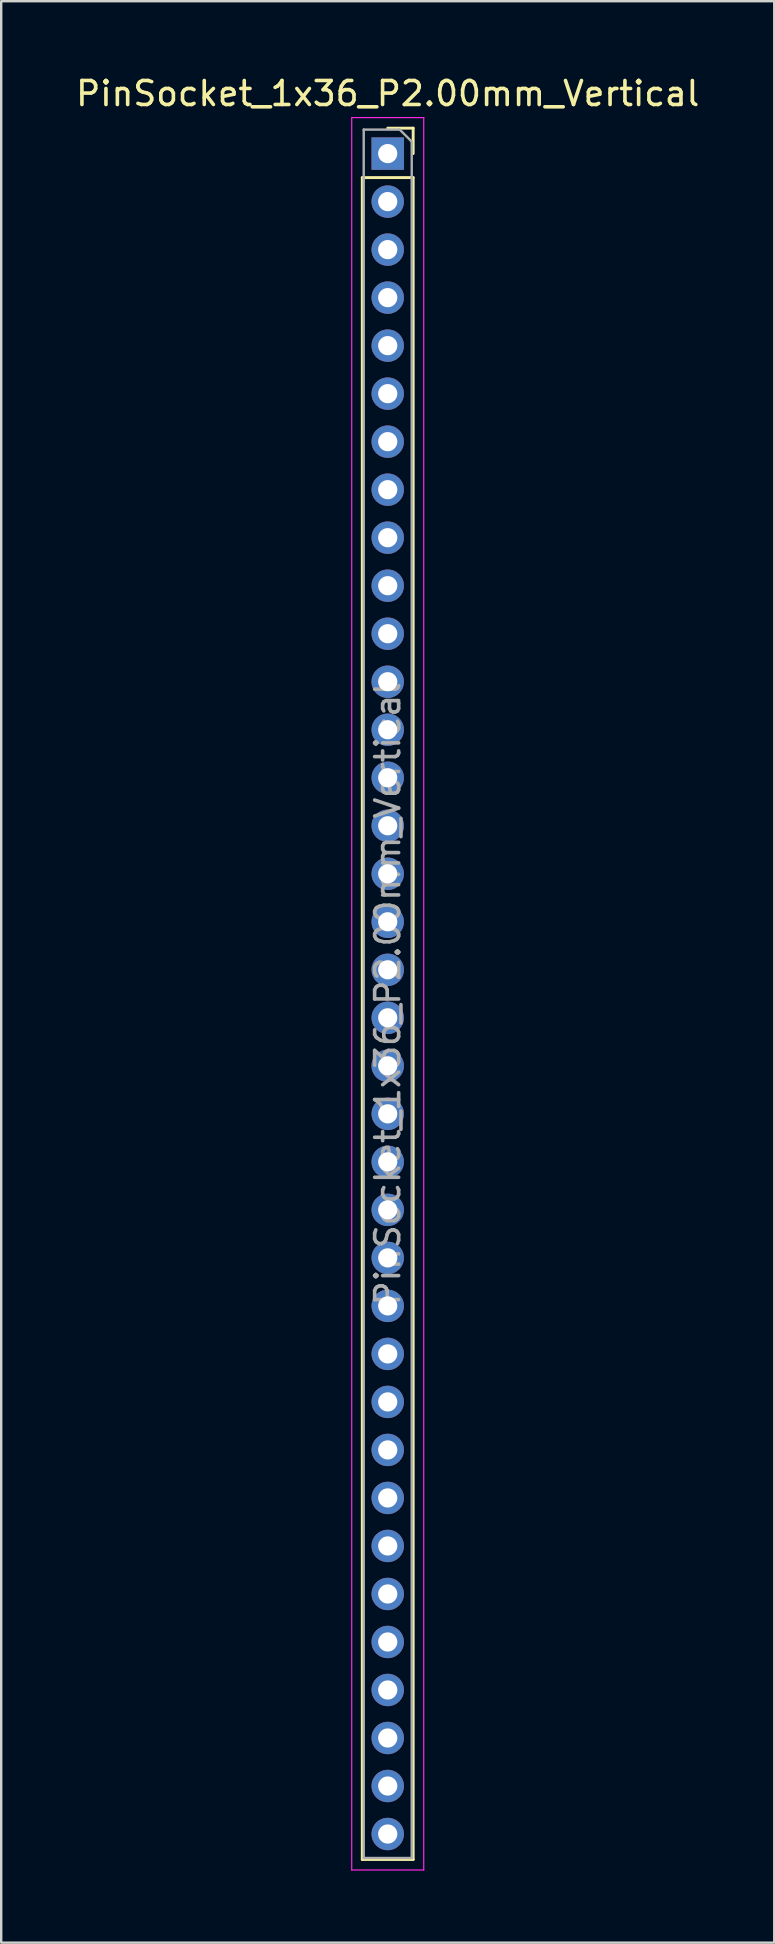
<source format=kicad_pcb>
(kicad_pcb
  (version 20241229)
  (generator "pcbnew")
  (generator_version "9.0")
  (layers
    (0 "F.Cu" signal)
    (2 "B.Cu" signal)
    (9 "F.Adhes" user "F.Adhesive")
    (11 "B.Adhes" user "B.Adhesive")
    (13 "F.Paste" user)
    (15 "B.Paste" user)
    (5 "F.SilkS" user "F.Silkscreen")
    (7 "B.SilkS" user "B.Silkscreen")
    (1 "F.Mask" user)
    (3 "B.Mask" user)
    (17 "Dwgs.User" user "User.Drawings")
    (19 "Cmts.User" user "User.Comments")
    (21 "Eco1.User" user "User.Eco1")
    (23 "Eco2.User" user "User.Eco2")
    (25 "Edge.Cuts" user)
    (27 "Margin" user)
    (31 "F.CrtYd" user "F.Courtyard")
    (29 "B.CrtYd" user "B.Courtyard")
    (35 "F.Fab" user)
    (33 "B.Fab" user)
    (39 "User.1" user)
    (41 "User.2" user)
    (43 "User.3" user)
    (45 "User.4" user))
  (footprint "PinSocket_1x36_P2.00mm_Vertical"
    (layer "F.Cu")
    (at 13.101 3.348)
    (property "Reference" "PinSocket_1x36_P2.00mm_Vertical" (at 0 -2.5 0) (layer "F.SilkS") (effects (font (size 1 1) (thickness 0.15))))
    (attr through_hole)
    (fp_line (start -1.06 1) (end -1.06 71.06) (stroke (width 0.12) (type solid)) (layer "F.SilkS"))
    (fp_line (start -1.06 1) (end 1.06 1) (stroke (width 0.12) (type solid)) (layer "F.SilkS"))
    (fp_line (start -1.06 71.06) (end 1.06 71.06) (stroke (width 0.12) (type solid)) (layer "F.SilkS"))
    (fp_line (start 0 -1.06) (end 1.06 -1.06) (stroke (width 0.12) (type solid)) (layer "F.SilkS"))
    (fp_line (start 1.06 -1.06) (end 1.06 0) (stroke (width 0.12) (type solid)) (layer "F.SilkS"))
    (fp_line (start 1.06 1) (end 1.06 71.06) (stroke (width 0.12) (type solid)) (layer "F.SilkS"))
    (fp_line (start -1.5 -1.5) (end 1.5 -1.5) (stroke (width 0.05) (type solid)) (layer "F.CrtYd"))
    (fp_line (start -1.5 71.5) (end -1.5 -1.5) (stroke (width 0.05) (type solid)) (layer "F.CrtYd"))
    (fp_line (start 1.5 -1.5) (end 1.5 71.5) (stroke (width 0.05) (type solid)) (layer "F.CrtYd"))
    (fp_line (start 1.5 71.5) (end -1.5 71.5) (stroke (width 0.05) (type solid)) (layer "F.CrtYd"))
    (fp_line (start -1 -1) (end 0.5 -1) (stroke (width 0.1) (type solid)) (layer "F.Fab"))
    (fp_line (start -1 71) (end -1 -1) (stroke (width 0.1) (type solid)) (layer "F.Fab"))
    (fp_line (start 0.5 -1) (end 1 -0.5) (stroke (width 0.1) (type solid)) (layer "F.Fab"))
    (fp_line (start 1 -0.5) (end 1 71) (stroke (width 0.1) (type solid)) (layer "F.Fab"))
    (fp_line (start 1 71) (end -1 71) (stroke (width 0.1) (type solid)) (layer "F.Fab"))
    (fp_text user "${REFERENCE}" (at 0 35 90) (layer "F.Fab") (effects (font (size 1 1) (thickness 0.15))))
    (pad "1" thru_hole rect (at 0 0) (size 1.35 1.35) (drill 0.8) (layers "*.Cu" "*.Mask"))
    (pad "2" thru_hole oval (at 0 2) (size 1.35 1.35) (drill 0.8) (layers "*.Cu" "*.Mask"))
    (pad "3" thru_hole oval (at 0 4) (size 1.35 1.35) (drill 0.8) (layers "*.Cu" "*.Mask"))
    (pad "4" thru_hole oval (at 0 6) (size 1.35 1.35) (drill 0.8) (layers "*.Cu" "*.Mask"))
    (pad "5" thru_hole oval (at 0 8) (size 1.35 1.35) (drill 0.8) (layers "*.Cu" "*.Mask"))
    (pad "6" thru_hole oval (at 0 10) (size 1.35 1.35) (drill 0.8) (layers "*.Cu" "*.Mask"))
    (pad "7" thru_hole oval (at 0 12) (size 1.35 1.35) (drill 0.8) (layers "*.Cu" "*.Mask"))
    (pad "8" thru_hole oval (at 0 14) (size 1.35 1.35) (drill 0.8) (layers "*.Cu" "*.Mask"))
    (pad "9" thru_hole oval (at 0 16) (size 1.35 1.35) (drill 0.8) (layers "*.Cu" "*.Mask"))
    (pad "10" thru_hole oval (at 0 18) (size 1.35 1.35) (drill 0.8) (layers "*.Cu" "*.Mask"))
    (pad "11" thru_hole oval (at 0 20) (size 1.35 1.35) (drill 0.8) (layers "*.Cu" "*.Mask"))
    (pad "12" thru_hole oval (at 0 22) (size 1.35 1.35) (drill 0.8) (layers "*.Cu" "*.Mask"))
    (pad "13" thru_hole oval (at 0 24) (size 1.35 1.35) (drill 0.8) (layers "*.Cu" "*.Mask"))
    (pad "14" thru_hole oval (at 0 26) (size 1.35 1.35) (drill 0.8) (layers "*.Cu" "*.Mask"))
    (pad "15" thru_hole oval (at 0 28) (size 1.35 1.35) (drill 0.8) (layers "*.Cu" "*.Mask"))
    (pad "16" thru_hole oval (at 0 30) (size 1.35 1.35) (drill 0.8) (layers "*.Cu" "*.Mask"))
    (pad "17" thru_hole oval (at 0 32) (size 1.35 1.35) (drill 0.8) (layers "*.Cu" "*.Mask"))
    (pad "18" thru_hole oval (at 0 34) (size 1.35 1.35) (drill 0.8) (layers "*.Cu" "*.Mask"))
    (pad "19" thru_hole oval (at 0 36) (size 1.35 1.35) (drill 0.8) (layers "*.Cu" "*.Mask"))
    (pad "20" thru_hole oval (at 0 38) (size 1.35 1.35) (drill 0.8) (layers "*.Cu" "*.Mask"))
    (pad "21" thru_hole oval (at 0 40) (size 1.35 1.35) (drill 0.8) (layers "*.Cu" "*.Mask"))
    (pad "22" thru_hole oval (at 0 42) (size 1.35 1.35) (drill 0.8) (layers "*.Cu" "*.Mask"))
    (pad "23" thru_hole oval (at 0 44) (size 1.35 1.35) (drill 0.8) (layers "*.Cu" "*.Mask"))
    (pad "24" thru_hole oval (at 0 46) (size 1.35 1.35) (drill 0.8) (layers "*.Cu" "*.Mask"))
    (pad "25" thru_hole oval (at 0 48) (size 1.35 1.35) (drill 0.8) (layers "*.Cu" "*.Mask"))
    (pad "26" thru_hole oval (at 0 50) (size 1.35 1.35) (drill 0.8) (layers "*.Cu" "*.Mask"))
    (pad "27" thru_hole oval (at 0 52) (size 1.35 1.35) (drill 0.8) (layers "*.Cu" "*.Mask"))
    (pad "28" thru_hole oval (at 0 54) (size 1.35 1.35) (drill 0.8) (layers "*.Cu" "*.Mask"))
    (pad "29" thru_hole oval (at 0 56) (size 1.35 1.35) (drill 0.8) (layers "*.Cu" "*.Mask"))
    (pad "30" thru_hole oval (at 0 58) (size 1.35 1.35) (drill 0.8) (layers "*.Cu" "*.Mask"))
    (pad "31" thru_hole oval (at 0 60) (size 1.35 1.35) (drill 0.8) (layers "*.Cu" "*.Mask"))
    (pad "32" thru_hole oval (at 0 62) (size 1.35 1.35) (drill 0.8) (layers "*.Cu" "*.Mask"))
    (pad "33" thru_hole oval (at 0 64) (size 1.35 1.35) (drill 0.8) (layers "*.Cu" "*.Mask"))
    (pad "34" thru_hole oval (at 0 66) (size 1.35 1.35) (drill 0.8) (layers "*.Cu" "*.Mask"))
    (pad "35" thru_hole oval (at 0 68) (size 1.35 1.35) (drill 0.8) (layers "*.Cu" "*.Mask"))
    (pad "36" thru_hole oval (at 0 70) (size 1.35 1.35) (drill 0.8) (layers "*.Cu" "*.Mask")))
  (gr_rect
    (start -3 -3)
    (end 29.202 77.873)
    (stroke (width 0.1) (type default))
    (fill no)
    (layer "Edge.Cuts")))
</source>
